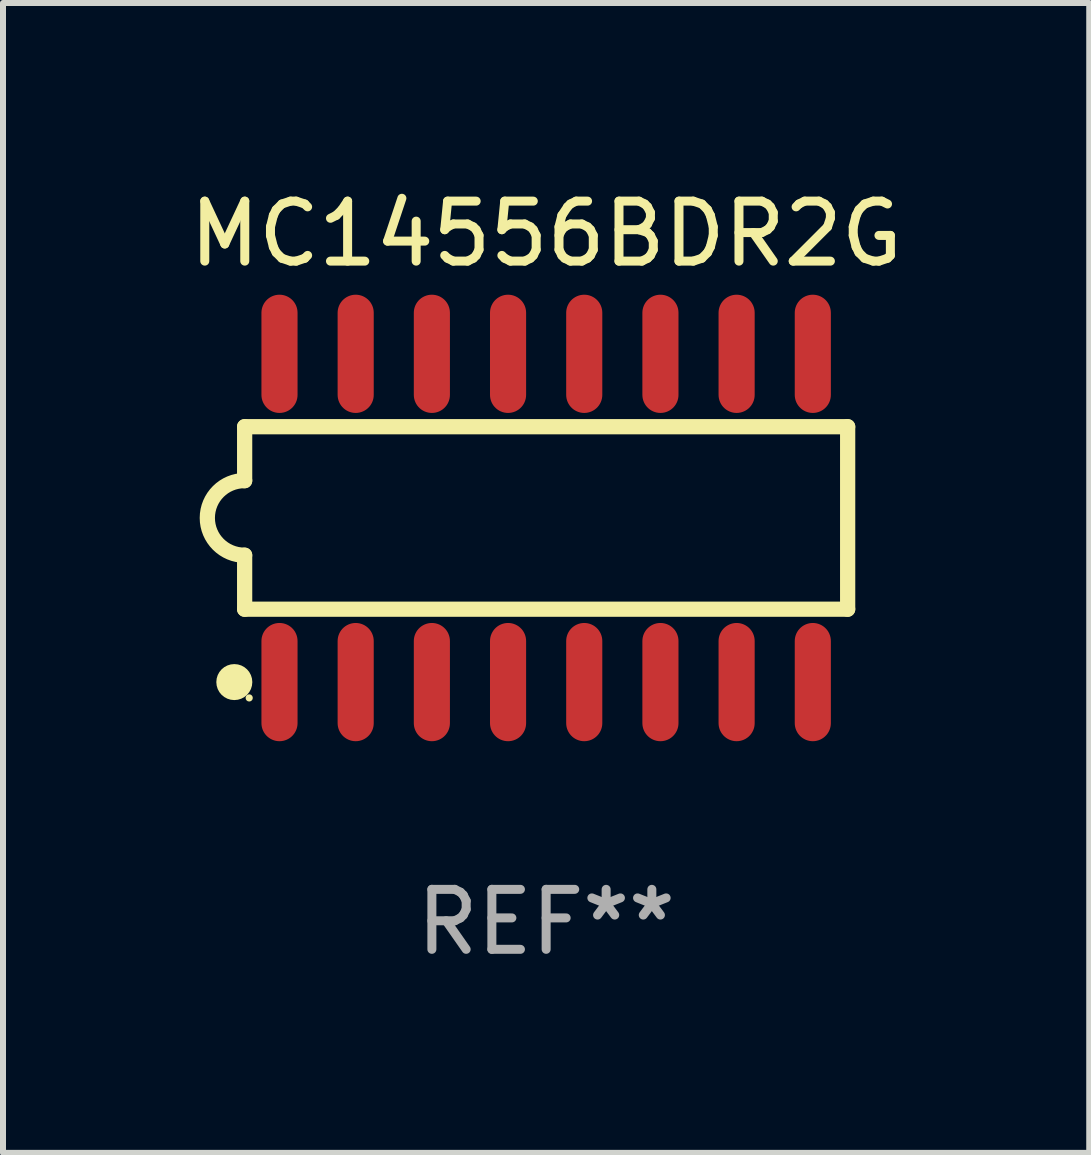
<source format=kicad_pcb>
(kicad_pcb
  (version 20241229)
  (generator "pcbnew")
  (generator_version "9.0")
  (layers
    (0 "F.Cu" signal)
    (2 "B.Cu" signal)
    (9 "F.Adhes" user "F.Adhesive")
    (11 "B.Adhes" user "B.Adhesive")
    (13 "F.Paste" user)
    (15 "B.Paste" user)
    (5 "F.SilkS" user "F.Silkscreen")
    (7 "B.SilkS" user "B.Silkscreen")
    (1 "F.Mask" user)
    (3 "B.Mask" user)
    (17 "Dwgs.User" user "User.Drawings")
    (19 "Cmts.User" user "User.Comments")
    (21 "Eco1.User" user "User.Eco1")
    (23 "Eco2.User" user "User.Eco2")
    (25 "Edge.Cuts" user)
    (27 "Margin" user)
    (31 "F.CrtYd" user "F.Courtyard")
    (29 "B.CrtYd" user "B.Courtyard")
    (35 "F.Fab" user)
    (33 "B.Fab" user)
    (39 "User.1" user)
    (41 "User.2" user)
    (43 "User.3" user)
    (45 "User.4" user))
  (footprint "MC14556BDR2G"
    (layer "F.Cu")
    (at 6.054 5.584)
    (property "Reference" "MC14556BDR2G" (at 0 -4.736 0) (layer "F.SilkS") (effects (font (size 1 1) (thickness 0.15))))
    (attr through_hole)
    (fp_line (start -5.026 -1.521) (end -5.026 -0.621) (stroke (width 0.254) (type solid)) (layer "F.SilkS"))
    (fp_line (start -5.026 -1.521) (end 5.026 -1.521) (stroke (width 0.254) (type solid)) (layer "F.SilkS"))
    (fp_line (start -5.026 1.521) (end -5.026 0.621) (stroke (width 0.254) (type solid)) (layer "F.SilkS"))
    (fp_line (start 5.026 -1.521) (end 5.026 1.521) (stroke (width 0.254) (type solid)) (layer "F.SilkS"))
    (fp_line (start 5.026 1.521) (end -5.026 1.521) (stroke (width 0.254) (type solid)) (layer "F.SilkS"))
    (fp_arc (start -5.026187 0.621387) (mid -5.647752 -0.000787) (end -5.025781 -0.622555) (stroke (width 0.254001) (type solid)) (layer "F.SilkS"))
    (fp_circle (center -5.198 2.736) (end -5.048 2.736) (stroke (width 0.3) (type solid)) (fill no) (layer "F.SilkS"))
    (fp_circle (center -4.95 3) (end -4.92 3) (stroke (width 0.06) (type solid)) (fill no) (layer "F.SilkS"))
    (fp_text user "REF**" (at 0 6.736 0) (layer "F.Fab") (effects (font (size 1 1) (thickness 0.15))))
    (pad "1" smd oval (at -4.445 2.736) (size 0.602 1.971) (layers "F.Cu" "F.Mask" "F.Paste"))
    (pad "2" smd oval (at -3.175 2.736) (size 0.602 1.971) (layers "F.Cu" "F.Mask" "F.Paste"))
    (pad "3" smd oval (at -1.905 2.736) (size 0.602 1.971) (layers "F.Cu" "F.Mask" "F.Paste"))
    (pad "4" smd oval (at -0.635 2.736) (size 0.602 1.971) (layers "F.Cu" "F.Mask" "F.Paste"))
    (pad "5" smd oval (at 0.635 2.736) (size 0.602 1.971) (layers "F.Cu" "F.Mask" "F.Paste"))
    (pad "6" smd oval (at 1.905 2.736) (size 0.602 1.971) (layers "F.Cu" "F.Mask" "F.Paste"))
    (pad "7" smd oval (at 3.175 2.736) (size 0.602 1.971) (layers "F.Cu" "F.Mask" "F.Paste"))
    (pad "8" smd oval (at 4.445 2.736) (size 0.602 1.971) (layers "F.Cu" "F.Mask" "F.Paste"))
    (pad "9" smd oval (at 4.445 -2.736) (size 0.602 1.971) (layers "F.Cu" "F.Mask" "F.Paste"))
    (pad "10" smd oval (at 3.175 -2.736) (size 0.602 1.971) (layers "F.Cu" "F.Mask" "F.Paste"))
    (pad "11" smd oval (at 1.905 -2.736) (size 0.602 1.971) (layers "F.Cu" "F.Mask" "F.Paste"))
    (pad "12" smd oval (at 0.635 -2.736) (size 0.602 1.971) (layers "F.Cu" "F.Mask" "F.Paste"))
    (pad "13" smd oval (at -0.635 -2.736) (size 0.602 1.971) (layers "F.Cu" "F.Mask" "F.Paste"))
    (pad "14" smd oval (at -1.905 -2.736) (size 0.602 1.971) (layers "F.Cu" "F.Mask" "F.Paste"))
    (pad "15" smd oval (at -3.175 -2.736) (size 0.602 1.971) (layers "F.Cu" "F.Mask" "F.Paste"))
    (pad "16" smd oval (at -4.445 -2.736) (size 0.602 1.971) (layers "F.Cu" "F.Mask" "F.Paste")))
  (gr_rect
    (start -3 -3)
    (end 15.107 16.168)
    (stroke (width 0.1) (type default))
    (fill no)
    (layer "Edge.Cuts")))
</source>
